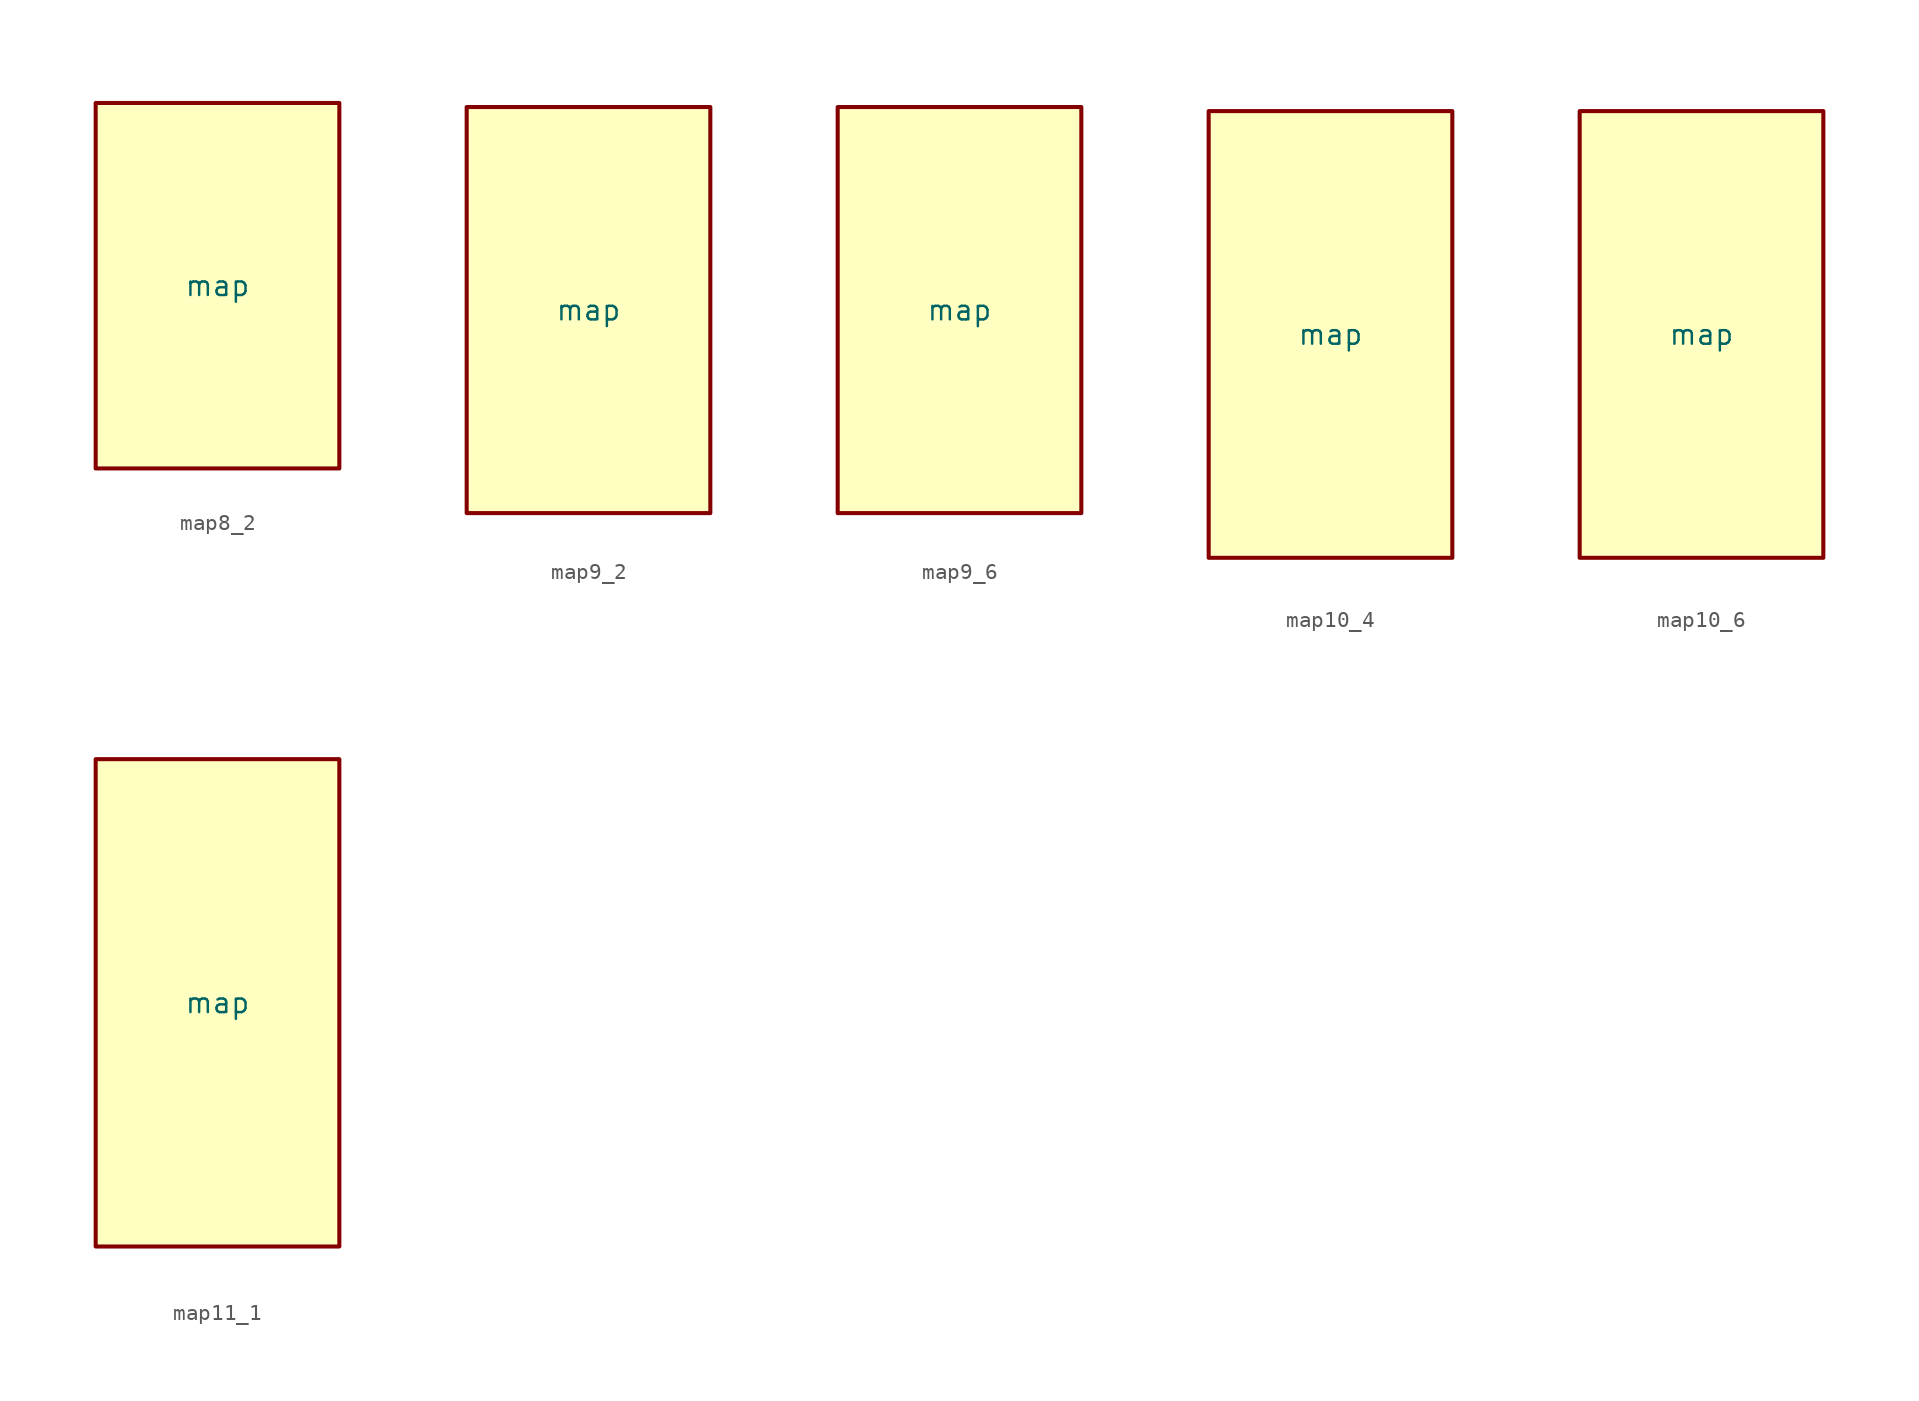
<source format=kicad_sym>
(kicad_symbol_lib
  (version 20231120)
  (generator "kicad_symbol_editor")
  (generator_version "8.0")
  (symbol "map8_2"
    (property "Reference" "U"
      (at 0 0 0)
      (effects (font (size 1.27 1.27)) (hide yes)))
    (property "Value" "map"
      (at 0 0 0)
      (do_not_autoplace)
      (effects (font (size 1.27 1.27))))
    (symbol "map8_2_1_1"
      (rectangle (start -7.62 11.43) (end 7.62 -11.43) (stroke (width 0.254) (type default)) (fill (type background)))
      (pin input line (at -7.62 -8.89 0) (length 0) (name "" (effects (font (size 1.27 1.27)))) (number "" (effects (font (size 1.27 1.27)))))
      (pin input line (at -7.62 -6.35 0) (length 0) (name "" (effects (font (size 1.27 1.27)))) (number "" (effects (font (size 1.27 1.27)))))
      (pin input line (at -7.62 -3.81 0) (length 0) (name "" (effects (font (size 1.27 1.27)))) (number "" (effects (font (size 1.27 1.27)))))
      (pin input line (at -7.62 -1.27 0) (length 0) (name "" (effects (font (size 1.27 1.27)))) (number "" (effects (font (size 1.27 1.27)))))
      (pin input line (at -7.62 1.27 0) (length 0) (name "" (effects (font (size 1.27 1.27)))) (number "" (effects (font (size 1.27 1.27)))))
      (pin input line (at -7.62 3.81 0) (length 0) (name "" (effects (font (size 1.27 1.27)))) (number "" (effects (font (size 1.27 1.27)))))
      (pin input line (at -7.62 6.35 0) (length 0) (name "" (effects (font (size 1.27 1.27)))) (number "" (effects (font (size 1.27 1.27)))))
      (pin input line (at -7.62 8.89 0) (length 0) (name "" (effects (font (size 1.27 1.27)))) (number "" (effects (font (size 1.27 1.27)))))
      (pin output line (at 7.62 -1.27 180) (length 0) (name "" (effects (font (size 1.27 1.27)))) (number "" (effects (font (size 1.27 1.27)))))
      (pin output line (at 7.62 1.27 180) (length 0) (name "" (effects (font (size 1.27 1.27)))) (number "" (effects (font (size 1.27 1.27)))))))
  (symbol "map9_2"
    (property "Reference" "U"
      (at 0 0 0)
      (effects (font (size 1.27 1.27)) (hide yes)))
    (property "Value" "map"
      (at 0 0 0)
      (do_not_autoplace)
      (effects (font (size 1.27 1.27))))
    (symbol "map9_2_1_1"
      (rectangle (start -7.62 12.7) (end 7.62 -12.7) (stroke (width 0.254) (type default)) (fill (type background)))
      (pin input line (at -7.62 -10.16 0) (length 0) (name "" (effects (font (size 1.27 1.27)))) (number "" (effects (font (size 1.27 1.27)))))
      (pin input line (at -7.62 -7.62 0) (length 0) (name "" (effects (font (size 1.27 1.27)))) (number "" (effects (font (size 1.27 1.27)))))
      (pin input line (at -7.62 -5.08 0) (length 0) (name "" (effects (font (size 1.27 1.27)))) (number "" (effects (font (size 1.27 1.27)))))
      (pin input line (at -7.62 -2.54 0) (length 0) (name "" (effects (font (size 1.27 1.27)))) (number "" (effects (font (size 1.27 1.27)))))
      (pin input line (at -7.62 0 0) (length 0) (name "" (effects (font (size 1.27 1.27)))) (number "" (effects (font (size 1.27 1.27)))))
      (pin input line (at -7.62 2.54 0) (length 0) (name "" (effects (font (size 1.27 1.27)))) (number "" (effects (font (size 1.27 1.27)))))
      (pin input line (at -7.62 5.08 0) (length 0) (name "" (effects (font (size 1.27 1.27)))) (number "" (effects (font (size 1.27 1.27)))))
      (pin input line (at -7.62 7.62 0) (length 0) (name "" (effects (font (size 1.27 1.27)))) (number "" (effects (font (size 1.27 1.27)))))
      (pin input line (at -7.62 10.16 0) (length 0) (name "" (effects (font (size 1.27 1.27)))) (number "" (effects (font (size 1.27 1.27)))))
      (pin output line (at 7.62 -1.27 180) (length 0) (name "" (effects (font (size 1.27 1.27)))) (number "" (effects (font (size 1.27 1.27)))))
      (pin output line (at 7.62 1.27 180) (length 0) (name "" (effects (font (size 1.27 1.27)))) (number "" (effects (font (size 1.27 1.27)))))))
  (symbol "map9_6"
    (property "Reference" "U"
      (at 0 0 0)
      (effects (font (size 1.27 1.27)) (hide yes)))
    (property "Value" "map"
      (at 0 0 0)
      (do_not_autoplace)
      (effects (font (size 1.27 1.27))))
    (symbol "map9_6_1_1"
      (rectangle (start -7.62 12.7) (end 7.62 -12.7) (stroke (width 0.254) (type default)) (fill (type background)))
      (pin input line (at -7.62 -10.16 0) (length 0) (name "" (effects (font (size 1.27 1.27)))) (number "" (effects (font (size 1.27 1.27)))))
      (pin input line (at -7.62 -7.62 0) (length 0) (name "" (effects (font (size 1.27 1.27)))) (number "" (effects (font (size 1.27 1.27)))))
      (pin input line (at -7.62 -5.08 0) (length 0) (name "" (effects (font (size 1.27 1.27)))) (number "" (effects (font (size 1.27 1.27)))))
      (pin input line (at -7.62 -2.54 0) (length 0) (name "" (effects (font (size 1.27 1.27)))) (number "" (effects (font (size 1.27 1.27)))))
      (pin input line (at -7.62 0 0) (length 0) (name "" (effects (font (size 1.27 1.27)))) (number "" (effects (font (size 1.27 1.27)))))
      (pin input line (at -7.62 2.54 0) (length 0) (name "" (effects (font (size 1.27 1.27)))) (number "" (effects (font (size 1.27 1.27)))))
      (pin input line (at -7.62 5.08 0) (length 0) (name "" (effects (font (size 1.27 1.27)))) (number "" (effects (font (size 1.27 1.27)))))
      (pin input line (at -7.62 7.62 0) (length 0) (name "" (effects (font (size 1.27 1.27)))) (number "" (effects (font (size 1.27 1.27)))))
      (pin input line (at -7.62 10.16 0) (length 0) (name "" (effects (font (size 1.27 1.27)))) (number "" (effects (font (size 1.27 1.27)))))
      (pin output line (at 7.62 -6.35 180) (length 0) (name "" (effects (font (size 1.27 1.27)))) (number "" (effects (font (size 1.27 1.27)))))
      (pin output line (at 7.62 -3.81 180) (length 0) (name "" (effects (font (size 1.27 1.27)))) (number "" (effects (font (size 1.27 1.27)))))
      (pin output line (at 7.62 -1.27 180) (length 0) (name "" (effects (font (size 1.27 1.27)))) (number "" (effects (font (size 1.27 1.27)))))
      (pin output line (at 7.62 1.27 180) (length 0) (name "" (effects (font (size 1.27 1.27)))) (number "" (effects (font (size 1.27 1.27)))))
      (pin output line (at 7.62 3.81 180) (length 0) (name "" (effects (font (size 1.27 1.27)))) (number "" (effects (font (size 1.27 1.27)))))
      (pin output line (at 7.62 6.35 180) (length 0) (name "" (effects (font (size 1.27 1.27)))) (number "" (effects (font (size 1.27 1.27)))))))
  (symbol "map10_4"
    (property "Reference" "U"
      (at 0 0 0)
      (effects (font (size 1.27 1.27)) (hide yes)))
    (property "Value" "map"
      (at 0 0 0)
      (do_not_autoplace)
      (effects (font (size 1.27 1.27))))
    (symbol "map10_4_1_1"
      (rectangle (start -7.62 13.97) (end 7.62 -13.97) (stroke (width 0.254) (type default)) (fill (type background)))
      (pin input line (at -7.62 -11.43 0) (length 0) (name "" (effects (font (size 1.27 1.27)))) (number "" (effects (font (size 1.27 1.27)))))
      (pin input line (at -7.62 -8.89 0) (length 0) (name "" (effects (font (size 1.27 1.27)))) (number "" (effects (font (size 1.27 1.27)))))
      (pin input line (at -7.62 -6.35 0) (length 0) (name "" (effects (font (size 1.27 1.27)))) (number "" (effects (font (size 1.27 1.27)))))
      (pin input line (at -7.62 -3.81 0) (length 0) (name "" (effects (font (size 1.27 1.27)))) (number "" (effects (font (size 1.27 1.27)))))
      (pin input line (at -7.62 -1.27 0) (length 0) (name "" (effects (font (size 1.27 1.27)))) (number "" (effects (font (size 1.27 1.27)))))
      (pin input line (at -7.62 1.27 0) (length 0) (name "" (effects (font (size 1.27 1.27)))) (number "" (effects (font (size 1.27 1.27)))))
      (pin input line (at -7.62 3.81 0) (length 0) (name "" (effects (font (size 1.27 1.27)))) (number "" (effects (font (size 1.27 1.27)))))
      (pin input line (at -7.62 6.35 0) (length 0) (name "" (effects (font (size 1.27 1.27)))) (number "" (effects (font (size 1.27 1.27)))))
      (pin input line (at -7.62 8.89 0) (length 0) (name "" (effects (font (size 1.27 1.27)))) (number "" (effects (font (size 1.27 1.27)))))
      (pin input line (at -7.62 11.43 0) (length 0) (name "" (effects (font (size 1.27 1.27)))) (number "" (effects (font (size 1.27 1.27)))))
      (pin output line (at 7.62 -3.81 180) (length 0) (name "" (effects (font (size 1.27 1.27)))) (number "" (effects (font (size 1.27 1.27)))))
      (pin output line (at 7.62 -1.27 180) (length 0) (name "" (effects (font (size 1.27 1.27)))) (number "" (effects (font (size 1.27 1.27)))))
      (pin output line (at 7.62 1.27 180) (length 0) (name "" (effects (font (size 1.27 1.27)))) (number "" (effects (font (size 1.27 1.27)))))
      (pin output line (at 7.62 3.81 180) (length 0) (name "" (effects (font (size 1.27 1.27)))) (number "" (effects (font (size 1.27 1.27)))))))
  (symbol "map10_6"
    (property "Reference" "U"
      (at 0 0 0)
      (effects (font (size 1.27 1.27)) (hide yes)))
    (property "Value" "map"
      (at 0 0 0)
      (do_not_autoplace)
      (effects (font (size 1.27 1.27))))
    (symbol "map10_6_1_1"
      (rectangle (start -7.62 13.97) (end 7.62 -13.97) (stroke (width 0.254) (type default)) (fill (type background)))
      (pin input line (at -7.62 -11.43 0) (length 0) (name "" (effects (font (size 1.27 1.27)))) (number "" (effects (font (size 1.27 1.27)))))
      (pin input line (at -7.62 -8.89 0) (length 0) (name "" (effects (font (size 1.27 1.27)))) (number "" (effects (font (size 1.27 1.27)))))
      (pin input line (at -7.62 -6.35 0) (length 0) (name "" (effects (font (size 1.27 1.27)))) (number "" (effects (font (size 1.27 1.27)))))
      (pin input line (at -7.62 -3.81 0) (length 0) (name "" (effects (font (size 1.27 1.27)))) (number "" (effects (font (size 1.27 1.27)))))
      (pin input line (at -7.62 -1.27 0) (length 0) (name "" (effects (font (size 1.27 1.27)))) (number "" (effects (font (size 1.27 1.27)))))
      (pin input line (at -7.62 1.27 0) (length 0) (name "" (effects (font (size 1.27 1.27)))) (number "" (effects (font (size 1.27 1.27)))))
      (pin input line (at -7.62 3.81 0) (length 0) (name "" (effects (font (size 1.27 1.27)))) (number "" (effects (font (size 1.27 1.27)))))
      (pin input line (at -7.62 6.35 0) (length 0) (name "" (effects (font (size 1.27 1.27)))) (number "" (effects (font (size 1.27 1.27)))))
      (pin input line (at -7.62 8.89 0) (length 0) (name "" (effects (font (size 1.27 1.27)))) (number "" (effects (font (size 1.27 1.27)))))
      (pin input line (at -7.62 11.43 0) (length 0) (name "" (effects (font (size 1.27 1.27)))) (number "" (effects (font (size 1.27 1.27)))))
      (pin output line (at 7.62 -6.35 180) (length 0) (name "" (effects (font (size 1.27 1.27)))) (number "" (effects (font (size 1.27 1.27)))))
      (pin output line (at 7.62 -3.81 180) (length 0) (name "" (effects (font (size 1.27 1.27)))) (number "" (effects (font (size 1.27 1.27)))))
      (pin output line (at 7.62 -1.27 180) (length 0) (name "" (effects (font (size 1.27 1.27)))) (number "" (effects (font (size 1.27 1.27)))))
      (pin output line (at 7.62 1.27 180) (length 0) (name "" (effects (font (size 1.27 1.27)))) (number "" (effects (font (size 1.27 1.27)))))
      (pin output line (at 7.62 3.81 180) (length 0) (name "" (effects (font (size 1.27 1.27)))) (number "" (effects (font (size 1.27 1.27)))))
      (pin output line (at 7.62 6.35 180) (length 0) (name "" (effects (font (size 1.27 1.27)))) (number "" (effects (font (size 1.27 1.27)))))))
  (symbol "map11_1"
    (property "Reference" "U"
      (at 0 0 0)
      (effects (font (size 1.27 1.27)) (hide yes)))
    (property "Value" "map"
      (at 0 0 0)
      (do_not_autoplace)
      (effects (font (size 1.27 1.27))))
    (symbol "map11_1_1_1"
      (rectangle (start -7.62 15.24) (end 7.62 -15.24) (stroke (width 0.254) (type default)) (fill (type background)))
      (pin input line (at -7.62 -12.7 0) (length 0) (name "" (effects (font (size 1.27 1.27)))) (number "" (effects (font (size 1.27 1.27)))))
      (pin input line (at -7.62 -10.16 0) (length 0) (name "" (effects (font (size 1.27 1.27)))) (number "" (effects (font (size 1.27 1.27)))))
      (pin input line (at -7.62 -7.62 0) (length 0) (name "" (effects (font (size 1.27 1.27)))) (number "" (effects (font (size 1.27 1.27)))))
      (pin input line (at -7.62 -5.08 0) (length 0) (name "" (effects (font (size 1.27 1.27)))) (number "" (effects (font (size 1.27 1.27)))))
      (pin input line (at -7.62 -2.54 0) (length 0) (name "" (effects (font (size 1.27 1.27)))) (number "" (effects (font (size 1.27 1.27)))))
      (pin input line (at -7.62 0 0) (length 0) (name "" (effects (font (size 1.27 1.27)))) (number "" (effects (font (size 1.27 1.27)))))
      (pin input line (at -7.62 2.54 0) (length 0) (name "" (effects (font (size 1.27 1.27)))) (number "" (effects (font (size 1.27 1.27)))))
      (pin input line (at -7.62 5.08 0) (length 0) (name "" (effects (font (size 1.27 1.27)))) (number "" (effects (font (size 1.27 1.27)))))
      (pin input line (at -7.62 7.62 0) (length 0) (name "" (effects (font (size 1.27 1.27)))) (number "" (effects (font (size 1.27 1.27)))))
      (pin input line (at -7.62 10.16 0) (length 0) (name "" (effects (font (size 1.27 1.27)))) (number "" (effects (font (size 1.27 1.27)))))
      (pin input line (at -7.62 12.7 0) (length 0) (name "" (effects (font (size 1.27 1.27)))) (number "" (effects (font (size 1.27 1.27)))))
      (pin output line (at 7.62 0 180) (length 0) (name "" (effects (font (size 1.27 1.27)))) (number "" (effects (font (size 1.27 1.27))))))))
</source>
